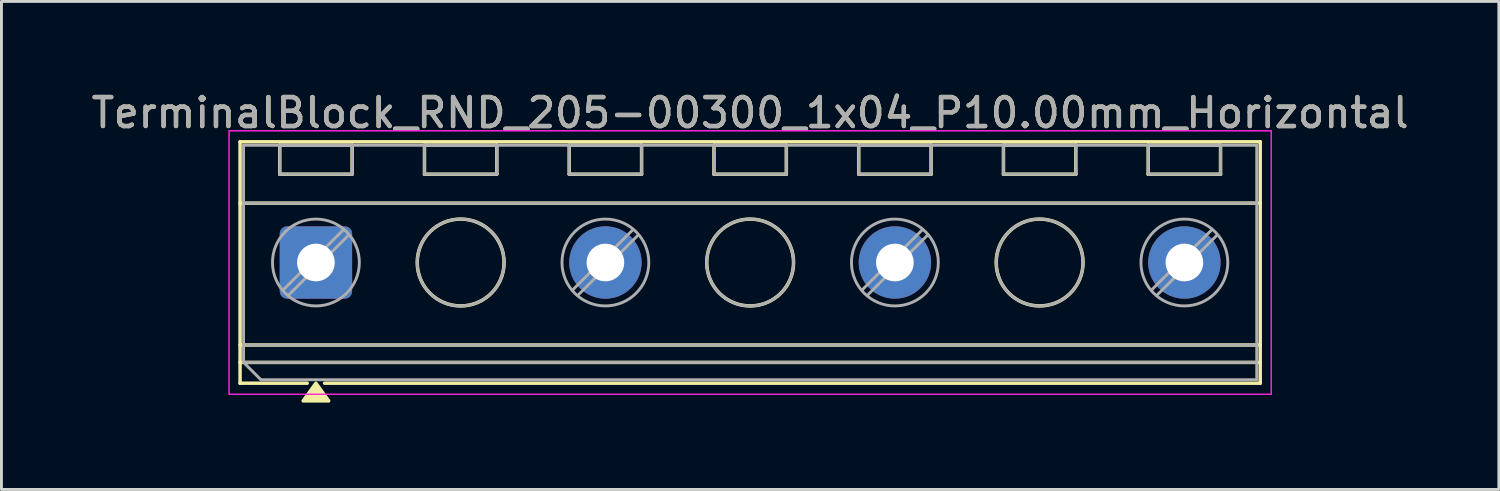
<source format=kicad_pcb>
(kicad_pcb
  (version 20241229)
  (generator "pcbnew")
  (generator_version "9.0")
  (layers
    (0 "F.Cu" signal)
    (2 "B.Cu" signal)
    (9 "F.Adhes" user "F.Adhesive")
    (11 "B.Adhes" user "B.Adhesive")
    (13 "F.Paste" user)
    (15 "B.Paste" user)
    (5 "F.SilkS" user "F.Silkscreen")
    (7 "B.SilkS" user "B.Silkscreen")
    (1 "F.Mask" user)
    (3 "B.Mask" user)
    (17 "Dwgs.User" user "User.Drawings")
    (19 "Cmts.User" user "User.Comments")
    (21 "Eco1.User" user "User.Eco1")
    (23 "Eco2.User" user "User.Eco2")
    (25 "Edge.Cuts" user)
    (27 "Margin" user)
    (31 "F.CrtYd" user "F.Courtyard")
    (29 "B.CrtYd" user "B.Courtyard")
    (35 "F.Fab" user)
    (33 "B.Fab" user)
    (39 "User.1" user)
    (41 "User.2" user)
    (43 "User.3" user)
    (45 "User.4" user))
  (footprint "TerminalBlock_RND_205-00300_1x04_P10.00mm_Horizontal"
    (layer "F.Cu")
    (at 7.863 6.018)
    (property "Reference" "TerminalBlock_RND_205-00300_1x04_P10.00mm_Horizontal" (at 15 -5.17 0) (layer "F.SilkS") (effects (font (size 1 1) (thickness 0.15))))
    (attr through_hole)
    (fp_line (start -2.62 -4.17) (end -2.62 4.17) (stroke (width 0.12) (type solid)) (layer "F.SilkS"))
    (fp_line (start -2.62 -4.17) (end 32.62 -4.17) (stroke (width 0.12) (type solid)) (layer "F.SilkS"))
    (fp_line (start -2.62 -2.05) (end 32.62 -2.05) (stroke (width 0.12) (type solid)) (layer "F.SilkS"))
    (fp_line (start -2.62 2.85) (end 32.62 2.85) (stroke (width 0.12) (type solid)) (layer "F.SilkS"))
    (fp_line (start -2.62 3.45) (end 32.62 3.45) (stroke (width 0.12) (type solid)) (layer "F.SilkS"))
    (fp_line (start -2.62 4.17) (end -0.3 4.17) (stroke (width 0.12) (type solid)) (layer "F.SilkS"))
    (fp_line (start -1.25 -4.05) (end -1.25 -3.05) (stroke (width 0.12) (type solid)) (layer "F.SilkS"))
    (fp_line (start -1.25 -4.05) (end 1.25 -4.05) (stroke (width 0.12) (type solid)) (layer "F.SilkS"))
    (fp_line (start -1.25 -3.05) (end 1.25 -3.05) (stroke (width 0.12) (type solid)) (layer "F.SilkS"))
    (fp_line (start 0.3 4.17) (end 32.62 4.17) (stroke (width 0.12) (type solid)) (layer "F.SilkS"))
    (fp_line (start 1.25 -4.05) (end 1.25 -3.05) (stroke (width 0.12) (type solid)) (layer "F.SilkS"))
    (fp_line (start 3.75 -4.05) (end 3.75 -3.05) (stroke (width 0.12) (type solid)) (layer "F.SilkS"))
    (fp_line (start 3.75 -4.05) (end 6.25 -4.05) (stroke (width 0.12) (type solid)) (layer "F.SilkS"))
    (fp_line (start 3.75 -3.05) (end 6.25 -3.05) (stroke (width 0.12) (type solid)) (layer "F.SilkS"))
    (fp_line (start 6.25 -4.05) (end 6.25 -3.05) (stroke (width 0.12) (type solid)) (layer "F.SilkS"))
    (fp_line (start 8.75 -4.05) (end 8.75 -3.05) (stroke (width 0.12) (type solid)) (layer "F.SilkS"))
    (fp_line (start 8.75 -4.05) (end 11.25 -4.05) (stroke (width 0.12) (type solid)) (layer "F.SilkS"))
    (fp_line (start 8.75 -3.05) (end 11.25 -3.05) (stroke (width 0.12) (type solid)) (layer "F.SilkS"))
    (fp_line (start 11.25 -4.05) (end 11.25 -3.05) (stroke (width 0.12) (type solid)) (layer "F.SilkS"))
    (fp_line (start 13.75 -4.05) (end 13.75 -3.05) (stroke (width 0.12) (type solid)) (layer "F.SilkS"))
    (fp_line (start 13.75 -4.05) (end 16.25 -4.05) (stroke (width 0.12) (type solid)) (layer "F.SilkS"))
    (fp_line (start 13.75 -3.05) (end 16.25 -3.05) (stroke (width 0.12) (type solid)) (layer "F.SilkS"))
    (fp_line (start 16.25 -4.05) (end 16.25 -3.05) (stroke (width 0.12) (type solid)) (layer "F.SilkS"))
    (fp_line (start 18.75 -4.05) (end 18.75 -3.05) (stroke (width 0.12) (type solid)) (layer "F.SilkS"))
    (fp_line (start 18.75 -4.05) (end 21.25 -4.05) (stroke (width 0.12) (type solid)) (layer "F.SilkS"))
    (fp_line (start 18.75 -3.05) (end 21.25 -3.05) (stroke (width 0.12) (type solid)) (layer "F.SilkS"))
    (fp_line (start 21.25 -4.05) (end 21.25 -3.05) (stroke (width 0.12) (type solid)) (layer "F.SilkS"))
    (fp_line (start 23.75 -4.05) (end 23.75 -3.05) (stroke (width 0.12) (type solid)) (layer "F.SilkS"))
    (fp_line (start 23.75 -4.05) (end 26.25 -4.05) (stroke (width 0.12) (type solid)) (layer "F.SilkS"))
    (fp_line (start 23.75 -3.05) (end 26.25 -3.05) (stroke (width 0.12) (type solid)) (layer "F.SilkS"))
    (fp_line (start 26.25 -4.05) (end 26.25 -3.05) (stroke (width 0.12) (type solid)) (layer "F.SilkS"))
    (fp_line (start 28.75 -4.05) (end 28.75 -3.05) (stroke (width 0.12) (type solid)) (layer "F.SilkS"))
    (fp_line (start 28.75 -4.05) (end 31.25 -4.05) (stroke (width 0.12) (type solid)) (layer "F.SilkS"))
    (fp_line (start 28.75 -3.05) (end 31.25 -3.05) (stroke (width 0.12) (type solid)) (layer "F.SilkS"))
    (fp_line (start 31.25 -4.05) (end 31.25 -3.05) (stroke (width 0.12) (type solid)) (layer "F.SilkS"))
    (fp_line (start 32.62 -4.17) (end 32.62 4.17) (stroke (width 0.12) (type solid)) (layer "F.SilkS"))
    (fp_circle (center 5 0) (end 6.5 0) (stroke (width 0.12) (type solid)) (fill no) (layer "F.SilkS"))
    (fp_circle (center 15 0) (end 16.5 0) (stroke (width 0.12) (type solid)) (fill no) (layer "F.SilkS"))
    (fp_circle (center 25 0) (end 26.5 0) (stroke (width 0.12) (type solid)) (fill no) (layer "F.SilkS"))
    (fp_poly (pts (xy 0 4.17) (xy 0.44 4.78) (xy -0.44 4.78)) (stroke (width 0.12) (type solid)) (fill yes) (layer "F.SilkS"))
    (fp_line (start -3 -4.55) (end -3 4.55) (stroke (width 0.05) (type solid)) (layer "F.CrtYd"))
    (fp_line (start -3 4.55) (end 33 4.55) (stroke (width 0.05) (type solid)) (layer "F.CrtYd"))
    (fp_line (start 33 -4.55) (end -3 -4.55) (stroke (width 0.05) (type solid)) (layer "F.CrtYd"))
    (fp_line (start 33 4.55) (end 33 -4.55) (stroke (width 0.05) (type solid)) (layer "F.CrtYd"))
    (fp_line (start -2.5 -4.05) (end 32.5 -4.05) (stroke (width 0.1) (type solid)) (layer "F.Fab"))
    (fp_line (start -2.5 -2.05) (end 32.5 -2.05) (stroke (width 0.1) (type solid)) (layer "F.Fab"))
    (fp_line (start -2.5 2.85) (end 32.5 2.85) (stroke (width 0.1) (type solid)) (layer "F.Fab"))
    (fp_line (start -2.5 3.45) (end -2.5 -4.05) (stroke (width 0.1) (type solid)) (layer "F.Fab"))
    (fp_line (start -2.5 3.45) (end 32.5 3.45) (stroke (width 0.1) (type solid)) (layer "F.Fab"))
    (fp_line (start -1.9 4.05) (end -2.5 3.45) (stroke (width 0.1) (type solid)) (layer "F.Fab"))
    (fp_line (start -1.25 -4.05) (end -1.25 -3.05) (stroke (width 0.1) (type solid)) (layer "F.Fab"))
    (fp_line (start -1.25 -3.05) (end 1.25 -3.05) (stroke (width 0.1) (type solid)) (layer "F.Fab"))
    (fp_line (start 0.955 -1.138) (end -1.138 0.954) (stroke (width 0.1) (type solid)) (layer "F.Fab"))
    (fp_line (start 1.138 -0.954) (end -0.955 1.137) (stroke (width 0.1) (type solid)) (layer "F.Fab"))
    (fp_line (start 1.25 -4.05) (end -1.25 -4.05) (stroke (width 0.1) (type solid)) (layer "F.Fab"))
    (fp_line (start 1.25 -3.05) (end 1.25 -4.05) (stroke (width 0.1) (type solid)) (layer "F.Fab"))
    (fp_line (start 3.75 -4.05) (end 3.75 -3.05) (stroke (width 0.1) (type solid)) (layer "F.Fab"))
    (fp_line (start 3.75 -3.05) (end 6.25 -3.05) (stroke (width 0.1) (type solid)) (layer "F.Fab"))
    (fp_line (start 6.25 -4.05) (end 3.75 -4.05) (stroke (width 0.1) (type solid)) (layer "F.Fab"))
    (fp_line (start 6.25 -3.05) (end 6.25 -4.05) (stroke (width 0.1) (type solid)) (layer "F.Fab"))
    (fp_line (start 8.75 -4.05) (end 8.75 -3.05) (stroke (width 0.1) (type solid)) (layer "F.Fab"))
    (fp_line (start 8.75 -3.05) (end 11.25 -3.05) (stroke (width 0.1) (type solid)) (layer "F.Fab"))
    (fp_line (start 10.955 -1.138) (end 8.862 0.954) (stroke (width 0.1) (type solid)) (layer "F.Fab"))
    (fp_line (start 11.138 -0.954) (end 9.045 1.137) (stroke (width 0.1) (type solid)) (layer "F.Fab"))
    (fp_line (start 11.25 -4.05) (end 8.75 -4.05) (stroke (width 0.1) (type solid)) (layer "F.Fab"))
    (fp_line (start 11.25 -3.05) (end 11.25 -4.05) (stroke (width 0.1) (type solid)) (layer "F.Fab"))
    (fp_line (start 13.75 -4.05) (end 13.75 -3.05) (stroke (width 0.1) (type solid)) (layer "F.Fab"))
    (fp_line (start 13.75 -3.05) (end 16.25 -3.05) (stroke (width 0.1) (type solid)) (layer "F.Fab"))
    (fp_line (start 16.25 -4.05) (end 13.75 -4.05) (stroke (width 0.1) (type solid)) (layer "F.Fab"))
    (fp_line (start 16.25 -3.05) (end 16.25 -4.05) (stroke (width 0.1) (type solid)) (layer "F.Fab"))
    (fp_line (start 18.75 -4.05) (end 18.75 -3.05) (stroke (width 0.1) (type solid)) (layer "F.Fab"))
    (fp_line (start 18.75 -3.05) (end 21.25 -3.05) (stroke (width 0.1) (type solid)) (layer "F.Fab"))
    (fp_line (start 20.955 -1.138) (end 18.862 0.954) (stroke (width 0.1) (type solid)) (layer "F.Fab"))
    (fp_line (start 21.138 -0.954) (end 19.045 1.137) (stroke (width 0.1) (type solid)) (layer "F.Fab"))
    (fp_line (start 21.25 -4.05) (end 18.75 -4.05) (stroke (width 0.1) (type solid)) (layer "F.Fab"))
    (fp_line (start 21.25 -3.05) (end 21.25 -4.05) (stroke (width 0.1) (type solid)) (layer "F.Fab"))
    (fp_line (start 23.75 -4.05) (end 23.75 -3.05) (stroke (width 0.1) (type solid)) (layer "F.Fab"))
    (fp_line (start 23.75 -3.05) (end 26.25 -3.05) (stroke (width 0.1) (type solid)) (layer "F.Fab"))
    (fp_line (start 26.25 -4.05) (end 23.75 -4.05) (stroke (width 0.1) (type solid)) (layer "F.Fab"))
    (fp_line (start 26.25 -3.05) (end 26.25 -4.05) (stroke (width 0.1) (type solid)) (layer "F.Fab"))
    (fp_line (start 28.75 -4.05) (end 28.75 -3.05) (stroke (width 0.1) (type solid)) (layer "F.Fab"))
    (fp_line (start 28.75 -3.05) (end 31.25 -3.05) (stroke (width 0.1) (type solid)) (layer "F.Fab"))
    (fp_line (start 30.955 -1.138) (end 28.862 0.954) (stroke (width 0.1) (type solid)) (layer "F.Fab"))
    (fp_line (start 31.138 -0.954) (end 29.045 1.137) (stroke (width 0.1) (type solid)) (layer "F.Fab"))
    (fp_line (start 31.25 -4.05) (end 28.75 -4.05) (stroke (width 0.1) (type solid)) (layer "F.Fab"))
    (fp_line (start 31.25 -3.05) (end 31.25 -4.05) (stroke (width 0.1) (type solid)) (layer "F.Fab"))
    (fp_line (start 32.5 -4.05) (end 32.5 4.05) (stroke (width 0.1) (type solid)) (layer "F.Fab"))
    (fp_line (start 32.5 4.05) (end -1.9 4.05) (stroke (width 0.1) (type solid)) (layer "F.Fab"))
    (fp_circle (center 0 0) (end 1.5 0) (stroke (width 0.1) (type solid)) (fill no) (layer "F.Fab"))
    (fp_circle (center 5 0) (end 6.5 0) (stroke (width 0.1) (type solid)) (fill no) (layer "F.Fab"))
    (fp_circle (center 10 0) (end 11.5 0) (stroke (width 0.1) (type solid)) (fill no) (layer "F.Fab"))
    (fp_circle (center 15 0) (end 16.5 0) (stroke (width 0.1) (type solid)) (fill no) (layer "F.Fab"))
    (fp_circle (center 20 0) (end 21.5 0) (stroke (width 0.1) (type solid)) (fill no) (layer "F.Fab"))
    (fp_circle (center 25 0) (end 26.5 0) (stroke (width 0.1) (type solid)) (fill no) (layer "F.Fab"))
    (fp_circle (center 30 0) (end 31.5 0) (stroke (width 0.1) (type solid)) (fill no) (layer "F.Fab"))
    (fp_text user "${REFERENCE}" (at 15 -5.17 0) (layer "F.Fab") (effects (font (size 1 1) (thickness 0.15))))
    (pad "1" thru_hole roundrect (at 0 0) (size 2.5 2.5) (drill 1.3) (layers "*.Cu" "*.Mask") (roundrect_rratio 0.1))
    (pad "2" thru_hole circle (at 10 0) (size 2.5 2.5) (drill 1.3) (layers "*.Cu" "*.Mask"))
    (pad "3" thru_hole circle (at 20 0) (size 2.5 2.5) (drill 1.3) (layers "*.Cu" "*.Mask"))
    (pad "4" thru_hole circle (at 30 0) (size 2.5 2.5) (drill 1.3) (layers "*.Cu" "*.Mask")))
  (gr_rect
    (start -3 -3)
    (end 48.726 13.858)
    (stroke (width 0.1) (type default))
    (fill no)
    (layer "Edge.Cuts")))
</source>
